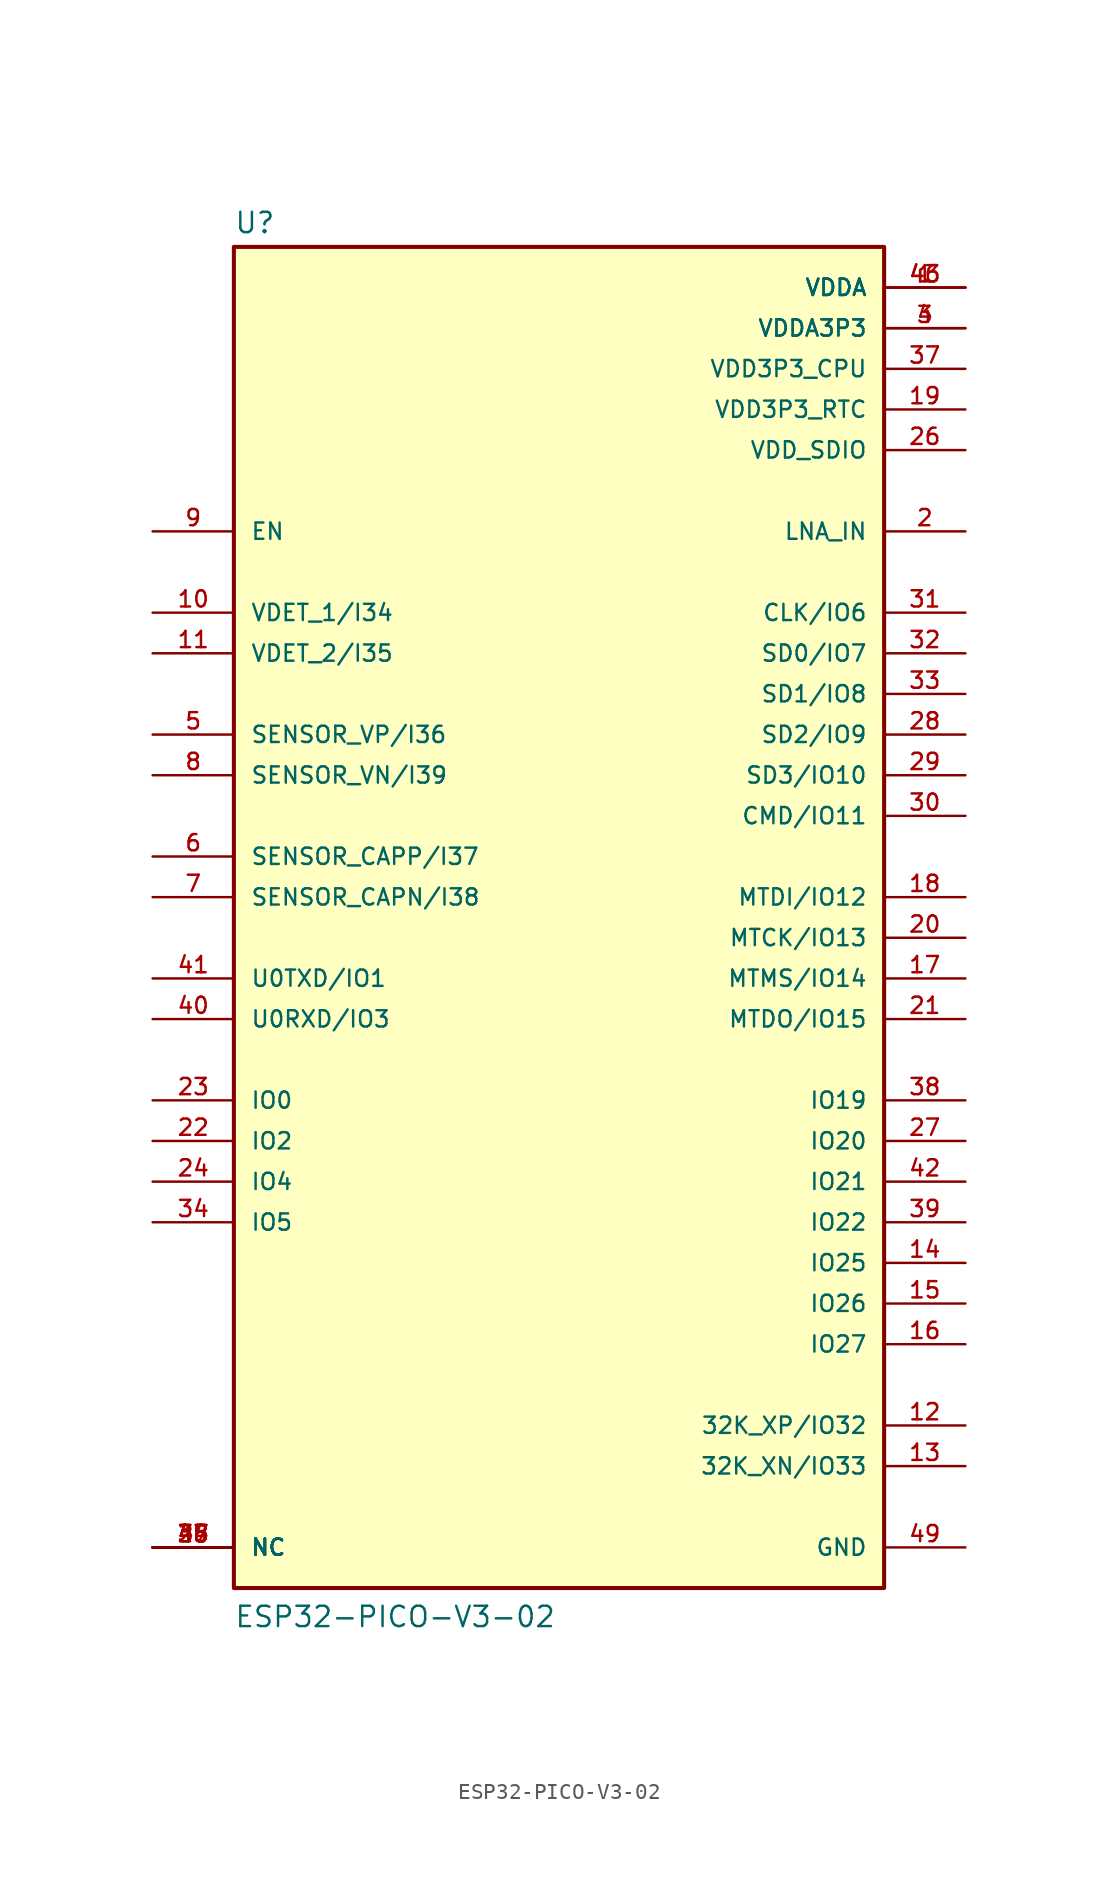
<source format=kicad_sym>
(kicad_symbol_lib
  (version 20231120)
  (generator "kicad_symbol_editor")
  (generator_version "8.0")
  (symbol "ESP32-PICO-V3-02"
    (pin_names
      (offset 1.016))
    (property "Reference" "U"
      (at -20.32 43.942 0)
      (effects (font (size 1.27 1.27)) (justify left bottom)))
    (property "Value" "ESP32-PICO-V3-02"
      (at -20.32 -43.18 0)
      (effects (font (size 1.27 1.27)) (justify left bottom)))
    (symbol "ESP32-PICO-V3-02_0_0"
      (rectangle (start -20.32 -40.64) (end 20.32 43.18) (stroke (width 0.254) (type default)) (fill (type background)))
      (pin power_in line (at 25.4 40.64 180) (length 5.08) (name "VDDA" (effects (font (size 1.016 1.016)))) (number "1" (effects (font (size 1.016 1.016)))))
      (pin input line (at -25.4 20.32 0) (length 5.08) (name "VDET_1/I34" (effects (font (size 1.016 1.016)))) (number "10" (effects (font (size 1.016 1.016)))))
      (pin input line (at -25.4 17.78 0) (length 5.08) (name "VDET_2/I35" (effects (font (size 1.016 1.016)))) (number "11" (effects (font (size 1.016 1.016)))))
      (pin bidirectional line (at 25.4 -30.48 180) (length 5.08) (name "32K_XP/IO32" (effects (font (size 1.016 1.016)))) (number "12" (effects (font (size 1.016 1.016)))))
      (pin bidirectional line (at 25.4 -33.02 180) (length 5.08) (name "32K_XN/IO33" (effects (font (size 1.016 1.016)))) (number "13" (effects (font (size 1.016 1.016)))))
      (pin bidirectional line (at 25.4 -20.32 180) (length 5.08) (name "IO25" (effects (font (size 1.016 1.016)))) (number "14" (effects (font (size 1.016 1.016)))))
      (pin bidirectional line (at 25.4 -22.86 180) (length 5.08) (name "IO26" (effects (font (size 1.016 1.016)))) (number "15" (effects (font (size 1.016 1.016)))))
      (pin bidirectional line (at 25.4 -25.4 180) (length 5.08) (name "IO27" (effects (font (size 1.016 1.016)))) (number "16" (effects (font (size 1.016 1.016)))))
      (pin bidirectional line (at 25.4 -2.54 180) (length 5.08) (name "MTMS/IO14" (effects (font (size 1.016 1.016)))) (number "17" (effects (font (size 1.016 1.016)))))
      (pin power_in line (at 25.4 33.02 180) (length 5.08) (name "VDD3P3_RTC" (effects (font (size 1.016 1.016)))) (number "19" (effects (font (size 1.016 1.016)))))
      (pin bidirectional line (at 25.4 25.4 180) (length 5.08) (name "LNA_IN" (effects (font (size 1.016 1.016)))) (number "2" (effects (font (size 1.016 1.016)))))
      (pin bidirectional line (at 25.4 0 180) (length 5.08) (name "MTCK/IO13" (effects (font (size 1.016 1.016)))) (number "20" (effects (font (size 1.016 1.016)))))
      (pin bidirectional line (at 25.4 -5.08 180) (length 5.08) (name "MTDO/IO15" (effects (font (size 1.016 1.016)))) (number "21" (effects (font (size 1.016 1.016)))))
      (pin bidirectional line (at -25.4 -12.7 0) (length 5.08) (name "IO2" (effects (font (size 1.016 1.016)))) (number "22" (effects (font (size 1.016 1.016)))))
      (pin bidirectional line (at -25.4 -10.16 0) (length 5.08) (name "IO0" (effects (font (size 1.016 1.016)))) (number "23" (effects (font (size 1.016 1.016)))))
      (pin bidirectional line (at -25.4 -15.24 0) (length 5.08) (name "IO4" (effects (font (size 1.016 1.016)))) (number "24" (effects (font (size 1.016 1.016)))))
      (pin unspecified line (at -25.4 -38.1 0) (length 5.08) (name "NC" (effects (font (size 1.016 1.016)))) (number "25" (effects (font (size 1.016 1.016)))))
      (pin power_in line (at 25.4 30.48 180) (length 5.08) (name "VDD_SDIO" (effects (font (size 1.016 1.016)))) (number "26" (effects (font (size 1.016 1.016)))))
      (pin bidirectional line (at 25.4 -12.7 180) (length 5.08) (name "IO20" (effects (font (size 1.016 1.016)))) (number "27" (effects (font (size 1.016 1.016)))))
      (pin bidirectional line (at 25.4 12.7 180) (length 5.08) (name "SD2/IO9" (effects (font (size 1.016 1.016)))) (number "28" (effects (font (size 1.016 1.016)))))
      (pin bidirectional line (at 25.4 10.16 180) (length 5.08) (name "SD3/IO10" (effects (font (size 1.016 1.016)))) (number "29" (effects (font (size 1.016 1.016)))))
      (pin power_in line (at 25.4 38.1 180) (length 5.08) (name "VDDA3P3" (effects (font (size 1.016 1.016)))) (number "3" (effects (font (size 1.016 1.016)))))
      (pin bidirectional line (at 25.4 7.62 180) (length 5.08) (name "CMD/IO11" (effects (font (size 1.016 1.016)))) (number "30" (effects (font (size 1.016 1.016)))))
      (pin bidirectional line (at 25.4 20.32 180) (length 5.08) (name "CLK/IO6" (effects (font (size 1.016 1.016)))) (number "31" (effects (font (size 1.016 1.016)))))
      (pin bidirectional line (at 25.4 17.78 180) (length 5.08) (name "SD0/IO7" (effects (font (size 1.016 1.016)))) (number "32" (effects (font (size 1.016 1.016)))))
      (pin bidirectional line (at 25.4 15.24 180) (length 5.08) (name "SD1/IO8" (effects (font (size 1.016 1.016)))) (number "33" (effects (font (size 1.016 1.016)))))
      (pin bidirectional line (at -25.4 -17.78 0) (length 5.08) (name "IO5" (effects (font (size 1.016 1.016)))) (number "34" (effects (font (size 1.016 1.016)))))
      (pin unspecified line (at -25.4 -38.1 0) (length 5.08) (name "NC" (effects (font (size 1.016 1.016)))) (number "35" (effects (font (size 1.016 1.016)))))
      (pin unspecified line (at -25.4 -38.1 0) (length 5.08) (name "NC" (effects (font (size 1.016 1.016)))) (number "36" (effects (font (size 1.016 1.016)))))
      (pin power_in line (at 25.4 35.56 180) (length 5.08) (name "VDD3P3_CPU" (effects (font (size 1.016 1.016)))) (number "37" (effects (font (size 1.016 1.016)))))
      (pin bidirectional line (at 25.4 -10.16 180) (length 5.08) (name "IO19" (effects (font (size 1.016 1.016)))) (number "38" (effects (font (size 1.016 1.016)))))
      (pin bidirectional line (at 25.4 -17.78 180) (length 5.08) (name "IO22" (effects (font (size 1.016 1.016)))) (number "39" (effects (font (size 1.016 1.016)))))
      (pin power_in line (at 25.4 38.1 180) (length 5.08) (name "VDDA3P3" (effects (font (size 1.016 1.016)))) (number "4" (effects (font (size 1.016 1.016)))))
      (pin bidirectional line (at -25.4 -5.08 0) (length 5.08) (name "U0RXD/IO3" (effects (font (size 1.016 1.016)))) (number "40" (effects (font (size 1.016 1.016)))))
      (pin bidirectional line (at -25.4 -2.54 0) (length 5.08) (name "U0TXD/IO1" (effects (font (size 1.016 1.016)))) (number "41" (effects (font (size 1.016 1.016)))))
      (pin bidirectional line (at 25.4 -15.24 180) (length 5.08) (name "IO21" (effects (font (size 1.016 1.016)))) (number "42" (effects (font (size 1.016 1.016)))))
      (pin power_in line (at 25.4 40.64 180) (length 5.08) (name "VDDA" (effects (font (size 1.016 1.016)))) (number "43" (effects (font (size 1.016 1.016)))))
      (pin unspecified line (at -25.4 -38.1 0) (length 5.08) (name "NC" (effects (font (size 1.016 1.016)))) (number "44" (effects (font (size 1.016 1.016)))))
      (pin unspecified line (at -25.4 -38.1 0) (length 5.08) (name "NC" (effects (font (size 1.016 1.016)))) (number "45" (effects (font (size 1.016 1.016)))))
      (pin power_in line (at 25.4 40.64 180) (length 5.08) (name "VDDA" (effects (font (size 1.016 1.016)))) (number "46" (effects (font (size 1.016 1.016)))))
      (pin unspecified line (at -25.4 -38.1 0) (length 5.08) (name "NC" (effects (font (size 1.016 1.016)))) (number "47" (effects (font (size 1.016 1.016)))))
      (pin unspecified line (at -25.4 -38.1 0) (length 5.08) (name "NC" (effects (font (size 1.016 1.016)))) (number "48" (effects (font (size 1.016 1.016)))))
      (pin power_in line (at 25.4 -38.1 180) (length 5.08) (name "GND" (effects (font (size 1.016 1.016)))) (number "49" (effects (font (size 1.016 1.016)))))
      (pin input line (at -25.4 12.7 0) (length 5.08) (name "SENSOR_VP/I36" (effects (font (size 1.016 1.016)))) (number "5" (effects (font (size 1.016 1.016)))))
      (pin input line (at -25.4 5.08 0) (length 5.08) (name "SENSOR_CAPP/I37" (effects (font (size 1.016 1.016)))) (number "6" (effects (font (size 1.016 1.016)))))
      (pin input line (at -25.4 2.54 0) (length 5.08) (name "SENSOR_CAPN/I38" (effects (font (size 1.016 1.016)))) (number "7" (effects (font (size 1.016 1.016)))))
      (pin input line (at -25.4 10.16 0) (length 5.08) (name "SENSOR_VN/I39" (effects (font (size 1.016 1.016)))) (number "8" (effects (font (size 1.016 1.016)))))
      (pin input line (at -25.4 25.4 0) (length 5.08) (name "EN" (effects (font (size 1.016 1.016)))) (number "9" (effects (font (size 1.016 1.016))))))
    (symbol "ESP32-PICO-V3-02_1_0"
      (pin power_in line (at 25.4 2.54 180) (length 5.08) (name "MTDI/IO12" (effects (font (size 1.016 1.016)))) (number "18" (effects (font (size 1.016 1.016))))))))
</source>
